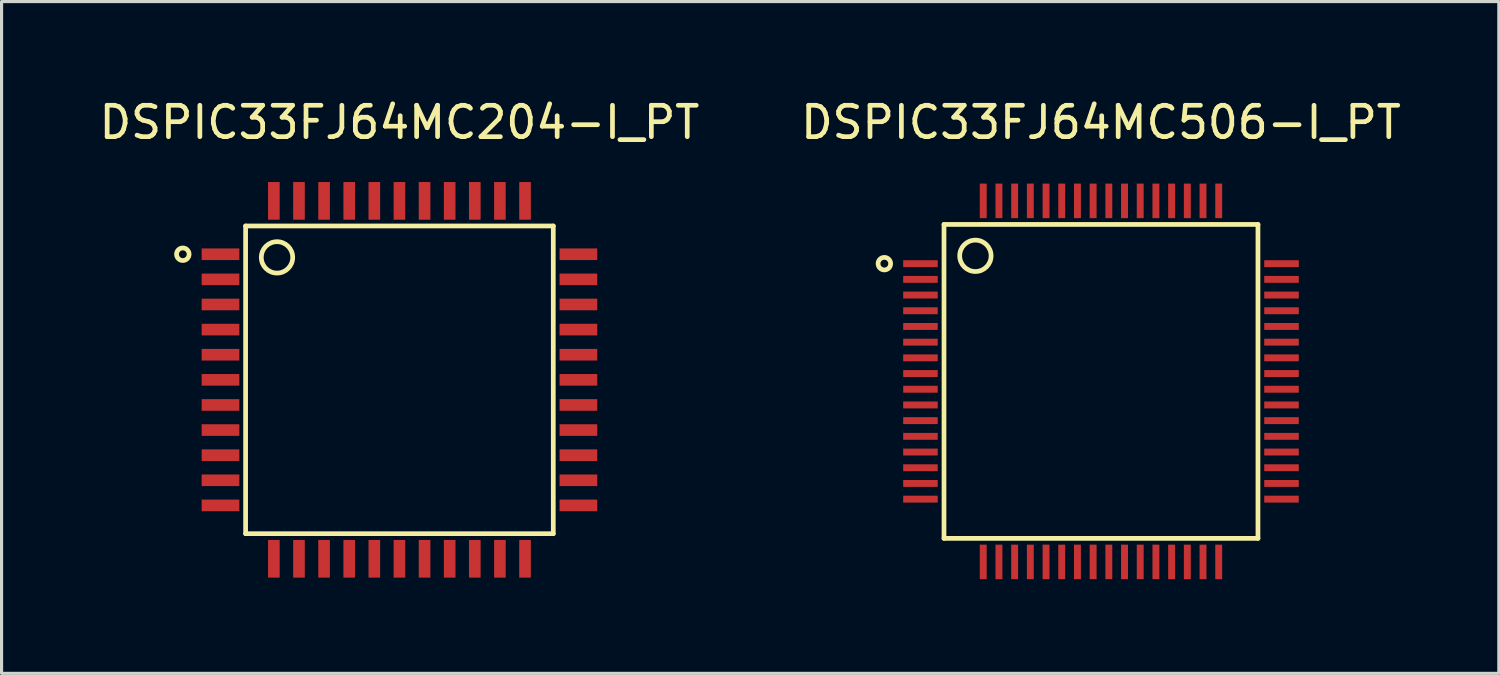
<source format=kicad_pcb>
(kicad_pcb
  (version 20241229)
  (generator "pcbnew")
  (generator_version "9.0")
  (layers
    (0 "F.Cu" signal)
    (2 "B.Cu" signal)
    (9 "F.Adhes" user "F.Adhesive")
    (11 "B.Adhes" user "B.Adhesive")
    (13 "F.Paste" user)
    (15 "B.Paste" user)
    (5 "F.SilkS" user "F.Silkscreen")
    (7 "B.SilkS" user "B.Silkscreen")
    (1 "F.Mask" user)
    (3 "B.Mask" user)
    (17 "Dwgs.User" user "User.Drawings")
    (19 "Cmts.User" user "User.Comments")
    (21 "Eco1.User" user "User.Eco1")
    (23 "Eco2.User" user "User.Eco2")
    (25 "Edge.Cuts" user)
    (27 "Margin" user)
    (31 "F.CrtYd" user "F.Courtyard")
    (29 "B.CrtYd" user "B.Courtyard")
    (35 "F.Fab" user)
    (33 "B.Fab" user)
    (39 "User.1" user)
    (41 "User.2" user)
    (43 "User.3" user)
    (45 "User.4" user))
  (footprint "DSPIC33FJ64MC506-I_PT"
    (layer "F.Cu")
    (at 26.268 3.348)
    (property "Reference" "DSPIC33FJ64MC506-I_PT" (at 5.75 -2.5 0) (layer "F.SilkS") (effects (font (size 1 1) (thickness 0.15))))
    (attr through_hole)
    (fp_line (start 0.75 0.75) (end 0.75 10.75) (stroke (width 0.15) (type solid)) (layer "F.SilkS"))
    (fp_line (start 0.75 0.75) (end 10.75 0.75) (stroke (width 0.15) (type solid)) (layer "F.SilkS"))
    (fp_line (start 0.75 10.75) (end 10.75 10.75) (stroke (width 0.15) (type solid)) (layer "F.SilkS"))
    (fp_line (start 10.75 10.75) (end 10.75 0.75) (stroke (width 0.15) (type solid)) (layer "F.SilkS"))
    (fp_circle (center -1.15 2) (end -1.15 1.8) (stroke (width 0.15) (type solid)) (fill no) (layer "F.SilkS"))
    (fp_circle (center 1.75 1.75) (end 1.75 1.25) (stroke (width 0.15) (type solid)) (fill no) (layer "F.SilkS"))
    (pad "1" smd rect (at 0 2) (size 1.1 0.22) (layers "F.Cu" "F.Mask" "F.Paste"))
    (pad "2" smd rect (at 0 2.5) (size 1.1 0.22) (layers "F.Cu" "F.Mask" "F.Paste"))
    (pad "3" smd rect (at 0 3) (size 1.1 0.22) (layers "F.Cu" "F.Mask" "F.Paste"))
    (pad "4" smd rect (at 0 3.5) (size 1.1 0.22) (layers "F.Cu" "F.Mask" "F.Paste"))
    (pad "5" smd rect (at 0 4) (size 1.1 0.22) (layers "F.Cu" "F.Mask" "F.Paste"))
    (pad "6" smd rect (at 0 4.5) (size 1.1 0.22) (layers "F.Cu" "F.Mask" "F.Paste"))
    (pad "7" smd rect (at 0 5) (size 1.1 0.22) (layers "F.Cu" "F.Mask" "F.Paste"))
    (pad "8" smd rect (at 0 5.5) (size 1.1 0.22) (layers "F.Cu" "F.Mask" "F.Paste"))
    (pad "9" smd rect (at 0 6) (size 1.1 0.22) (layers "F.Cu" "F.Mask" "F.Paste"))
    (pad "10" smd rect (at 0 6.5) (size 1.1 0.22) (layers "F.Cu" "F.Mask" "F.Paste"))
    (pad "11" smd rect (at 0 7) (size 1.1 0.22) (layers "F.Cu" "F.Mask" "F.Paste"))
    (pad "12" smd rect (at 0 7.5) (size 1.1 0.22) (layers "F.Cu" "F.Mask" "F.Paste"))
    (pad "13" smd rect (at 0 8) (size 1.1 0.22) (layers "F.Cu" "F.Mask" "F.Paste"))
    (pad "14" smd rect (at 0 8.5) (size 1.1 0.22) (layers "F.Cu" "F.Mask" "F.Paste"))
    (pad "15" smd rect (at 0 9) (size 1.1 0.22) (layers "F.Cu" "F.Mask" "F.Paste"))
    (pad "16" smd rect (at 0 9.5) (size 1.1 0.22) (layers "F.Cu" "F.Mask" "F.Paste"))
    (pad "17" smd rect (at 2 11.5) (size 0.22 1.1) (layers "F.Cu" "F.Mask" "F.Paste"))
    (pad "18" smd rect (at 2.5 11.5) (size 0.22 1.1) (layers "F.Cu" "F.Mask" "F.Paste"))
    (pad "19" smd rect (at 3 11.5) (size 0.22 1.1) (layers "F.Cu" "F.Mask" "F.Paste"))
    (pad "20" smd rect (at 3.5 11.5) (size 0.22 1.1) (layers "F.Cu" "F.Mask" "F.Paste"))
    (pad "21" smd rect (at 4 11.5) (size 0.22 1.1) (layers "F.Cu" "F.Mask" "F.Paste"))
    (pad "22" smd rect (at 4.5 11.5) (size 0.22 1.1) (layers "F.Cu" "F.Mask" "F.Paste"))
    (pad "23" smd rect (at 5 11.5) (size 0.22 1.1) (layers "F.Cu" "F.Mask" "F.Paste"))
    (pad "24" smd rect (at 5.5 11.5) (size 0.22 1.1) (layers "F.Cu" "F.Mask" "F.Paste"))
    (pad "25" smd rect (at 6 11.5) (size 0.22 1.1) (layers "F.Cu" "F.Mask" "F.Paste"))
    (pad "26" smd rect (at 6.5 11.5) (size 0.22 1.1) (layers "F.Cu" "F.Mask" "F.Paste"))
    (pad "27" smd rect (at 7 11.5) (size 0.22 1.1) (layers "F.Cu" "F.Mask" "F.Paste"))
    (pad "28" smd rect (at 7.5 11.5) (size 0.22 1.1) (layers "F.Cu" "F.Mask" "F.Paste"))
    (pad "29" smd rect (at 8 11.5) (size 0.22 1.1) (layers "F.Cu" "F.Mask" "F.Paste"))
    (pad "30" smd rect (at 8.5 11.5) (size 0.22 1.1) (layers "F.Cu" "F.Mask" "F.Paste"))
    (pad "31" smd rect (at 9 11.5) (size 0.22 1.1) (layers "F.Cu" "F.Mask" "F.Paste"))
    (pad "32" smd rect (at 9.5 11.5) (size 0.22 1.1) (layers "F.Cu" "F.Mask" "F.Paste"))
    (pad "33" smd rect (at 11.5 9.5) (size 1.1 0.22) (layers "F.Cu" "F.Mask" "F.Paste"))
    (pad "34" smd rect (at 11.5 9) (size 1.1 0.22) (layers "F.Cu" "F.Mask" "F.Paste"))
    (pad "35" smd rect (at 11.5 8.5) (size 1.1 0.22) (layers "F.Cu" "F.Mask" "F.Paste"))
    (pad "36" smd rect (at 11.5 8) (size 1.1 0.22) (layers "F.Cu" "F.Mask" "F.Paste"))
    (pad "37" smd rect (at 11.5 7.5) (size 1.1 0.22) (layers "F.Cu" "F.Mask" "F.Paste"))
    (pad "38" smd rect (at 11.5 7) (size 1.1 0.22) (layers "F.Cu" "F.Mask" "F.Paste"))
    (pad "39" smd rect (at 11.5 6.5) (size 1.1 0.22) (layers "F.Cu" "F.Mask" "F.Paste"))
    (pad "40" smd rect (at 11.5 6) (size 1.1 0.22) (layers "F.Cu" "F.Mask" "F.Paste"))
    (pad "41" smd rect (at 11.5 5.5) (size 1.1 0.22) (layers "F.Cu" "F.Mask" "F.Paste"))
    (pad "42" smd rect (at 11.5 5) (size 1.1 0.22) (layers "F.Cu" "F.Mask" "F.Paste"))
    (pad "43" smd rect (at 11.5 4.5) (size 1.1 0.22) (layers "F.Cu" "F.Mask" "F.Paste"))
    (pad "44" smd rect (at 11.5 4) (size 1.1 0.22) (layers "F.Cu" "F.Mask" "F.Paste"))
    (pad "45" smd rect (at 11.5 3.5) (size 1.1 0.22) (layers "F.Cu" "F.Mask" "F.Paste"))
    (pad "46" smd rect (at 11.5 3) (size 1.1 0.22) (layers "F.Cu" "F.Mask" "F.Paste"))
    (pad "47" smd rect (at 11.5 2.5) (size 1.1 0.22) (layers "F.Cu" "F.Mask" "F.Paste"))
    (pad "48" smd rect (at 11.5 2) (size 1.1 0.22) (layers "F.Cu" "F.Mask" "F.Paste"))
    (pad "49" smd rect (at 9.5 0) (size 0.22 1.1) (layers "F.Cu" "F.Mask" "F.Paste"))
    (pad "50" smd rect (at 9 0) (size 0.22 1.1) (layers "F.Cu" "F.Mask" "F.Paste"))
    (pad "51" smd rect (at 8.5 0) (size 0.22 1.1) (layers "F.Cu" "F.Mask" "F.Paste"))
    (pad "52" smd rect (at 8 0) (size 0.22 1.1) (layers "F.Cu" "F.Mask" "F.Paste"))
    (pad "53" smd rect (at 7.5 0) (size 0.22 1.1) (layers "F.Cu" "F.Mask" "F.Paste"))
    (pad "54" smd rect (at 7 0) (size 0.22 1.1) (layers "F.Cu" "F.Mask" "F.Paste"))
    (pad "55" smd rect (at 6.5 0) (size 0.22 1.1) (layers "F.Cu" "F.Mask" "F.Paste"))
    (pad "56" smd rect (at 6 0) (size 0.22 1.1) (layers "F.Cu" "F.Mask" "F.Paste"))
    (pad "57" smd rect (at 5.5 0) (size 0.22 1.1) (layers "F.Cu" "F.Mask" "F.Paste"))
    (pad "58" smd rect (at 5 0) (size 0.22 1.1) (layers "F.Cu" "F.Mask" "F.Paste"))
    (pad "59" smd rect (at 4.5 0) (size 0.22 1.1) (layers "F.Cu" "F.Mask" "F.Paste"))
    (pad "60" smd rect (at 4 0) (size 0.22 1.1) (layers "F.Cu" "F.Mask" "F.Paste"))
    (pad "61" smd rect (at 3.5 0) (size 0.22 1.1) (layers "F.Cu" "F.Mask" "F.Paste"))
    (pad "62" smd rect (at 3 0) (size 0.22 1.1) (layers "F.Cu" "F.Mask" "F.Paste"))
    (pad "63" smd rect (at 2.5 0) (size 0.22 1.1) (layers "F.Cu" "F.Mask" "F.Paste"))
    (pad "64" smd rect (at 2 0) (size 0.22 1.1) (layers "F.Cu" "F.Mask" "F.Paste")))
  (footprint "DSPIC33FJ64MC204-I_PT"
    (layer "F.Cu")
    (at 3.973 3.348)
    (property "Reference" "DSPIC33FJ64MC204-I_PT" (at 5.7 -2.5 0) (layer "F.SilkS") (effects (font (size 1 1) (thickness 0.15))))
    (attr through_hole)
    (fp_line (start 0.8 0.8) (end 0.8 10.6) (stroke (width 0.15) (type solid)) (layer "F.SilkS"))
    (fp_line (start 0.8 0.8) (end 10.6 0.8) (stroke (width 0.15) (type solid)) (layer "F.SilkS"))
    (fp_line (start 0.8 10.6) (end 10.6 10.6) (stroke (width 0.15) (type solid)) (layer "F.SilkS"))
    (fp_line (start 10.6 10.6) (end 10.6 0.8) (stroke (width 0.15) (type solid)) (layer "F.SilkS"))
    (fp_circle (center -1.2 1.7) (end -1.2 1.5) (stroke (width 0.15) (type solid)) (fill no) (layer "F.SilkS"))
    (fp_circle (center 1.8 1.8) (end 1.8 1.3) (stroke (width 0.15) (type solid)) (fill no) (layer "F.SilkS"))
    (pad "1" smd rect (at 0 1.7) (size 1.2 0.37) (layers "F.Cu" "F.Mask" "F.Paste"))
    (pad "2" smd rect (at 0 2.5) (size 1.2 0.37) (layers "F.Cu" "F.Mask" "F.Paste"))
    (pad "3" smd rect (at 0 3.3) (size 1.2 0.37) (layers "F.Cu" "F.Mask" "F.Paste"))
    (pad "4" smd rect (at 0 4.1) (size 1.2 0.37) (layers "F.Cu" "F.Mask" "F.Paste"))
    (pad "5" smd rect (at 0 4.9) (size 1.2 0.37) (layers "F.Cu" "F.Mask" "F.Paste"))
    (pad "6" smd rect (at 0 5.7) (size 1.2 0.37) (layers "F.Cu" "F.Mask" "F.Paste"))
    (pad "7" smd rect (at 0 6.5) (size 1.2 0.37) (layers "F.Cu" "F.Mask" "F.Paste"))
    (pad "8" smd rect (at 0 7.3) (size 1.2 0.37) (layers "F.Cu" "F.Mask" "F.Paste"))
    (pad "9" smd rect (at 0 8.1) (size 1.2 0.37) (layers "F.Cu" "F.Mask" "F.Paste"))
    (pad "10" smd rect (at 0 8.9) (size 1.2 0.37) (layers "F.Cu" "F.Mask" "F.Paste"))
    (pad "11" smd rect (at 0 9.7) (size 1.2 0.37) (layers "F.Cu" "F.Mask" "F.Paste"))
    (pad "12" smd rect (at 1.7 11.4) (size 0.37 1.2) (layers "F.Cu" "F.Mask" "F.Paste"))
    (pad "13" smd rect (at 2.5 11.4) (size 0.37 1.2) (layers "F.Cu" "F.Mask" "F.Paste"))
    (pad "14" smd rect (at 3.3 11.4) (size 0.37 1.2) (layers "F.Cu" "F.Mask" "F.Paste"))
    (pad "15" smd rect (at 4.1 11.4) (size 0.37 1.2) (layers "F.Cu" "F.Mask" "F.Paste"))
    (pad "16" smd rect (at 4.9 11.4) (size 0.37 1.2) (layers "F.Cu" "F.Mask" "F.Paste"))
    (pad "17" smd rect (at 5.7 11.4) (size 0.37 1.2) (layers "F.Cu" "F.Mask" "F.Paste"))
    (pad "18" smd rect (at 6.5 11.4) (size 0.37 1.2) (layers "F.Cu" "F.Mask" "F.Paste"))
    (pad "19" smd rect (at 7.3 11.4) (size 0.37 1.2) (layers "F.Cu" "F.Mask" "F.Paste"))
    (pad "20" smd rect (at 8.1 11.4) (size 0.37 1.2) (layers "F.Cu" "F.Mask" "F.Paste"))
    (pad "21" smd rect (at 8.9 11.4) (size 0.37 1.2) (layers "F.Cu" "F.Mask" "F.Paste"))
    (pad "22" smd rect (at 9.7 11.4) (size 0.37 1.2) (layers "F.Cu" "F.Mask" "F.Paste"))
    (pad "23" smd rect (at 11.4 9.7) (size 1.2 0.37) (layers "F.Cu" "F.Mask" "F.Paste"))
    (pad "24" smd rect (at 11.4 8.9) (size 1.2 0.37) (layers "F.Cu" "F.Mask" "F.Paste"))
    (pad "25" smd rect (at 11.4 8.1) (size 1.2 0.37) (layers "F.Cu" "F.Mask" "F.Paste"))
    (pad "26" smd rect (at 11.4 7.3) (size 1.2 0.37) (layers "F.Cu" "F.Mask" "F.Paste"))
    (pad "27" smd rect (at 11.4 6.5) (size 1.2 0.37) (layers "F.Cu" "F.Mask" "F.Paste"))
    (pad "28" smd rect (at 11.4 5.7) (size 1.2 0.37) (layers "F.Cu" "F.Mask" "F.Paste"))
    (pad "29" smd rect (at 11.4 4.9) (size 1.2 0.37) (layers "F.Cu" "F.Mask" "F.Paste"))
    (pad "30" smd rect (at 11.4 4.1) (size 1.2 0.37) (layers "F.Cu" "F.Mask" "F.Paste"))
    (pad "31" smd rect (at 11.4 3.3) (size 1.2 0.37) (layers "F.Cu" "F.Mask" "F.Paste"))
    (pad "32" smd rect (at 11.4 2.5) (size 1.2 0.37) (layers "F.Cu" "F.Mask" "F.Paste"))
    (pad "33" smd rect (at 11.4 1.7) (size 1.2 0.37) (layers "F.Cu" "F.Mask" "F.Paste"))
    (pad "34" smd rect (at 9.7 0) (size 0.37 1.2) (layers "F.Cu" "F.Mask" "F.Paste"))
    (pad "35" smd rect (at 8.9 0) (size 0.37 1.2) (layers "F.Cu" "F.Mask" "F.Paste"))
    (pad "36" smd rect (at 8.1 0) (size 0.37 1.2) (layers "F.Cu" "F.Mask" "F.Paste"))
    (pad "37" smd rect (at 7.3 0) (size 0.37 1.2) (layers "F.Cu" "F.Mask" "F.Paste"))
    (pad "38" smd rect (at 6.5 0) (size 0.37 1.2) (layers "F.Cu" "F.Mask" "F.Paste"))
    (pad "39" smd rect (at 5.7 0) (size 0.37 1.2) (layers "F.Cu" "F.Mask" "F.Paste"))
    (pad "40" smd rect (at 4.9 0) (size 0.37 1.2) (layers "F.Cu" "F.Mask" "F.Paste"))
    (pad "41" smd rect (at 4.1 0) (size 0.37 1.2) (layers "F.Cu" "F.Mask" "F.Paste"))
    (pad "42" smd rect (at 3.3 0) (size 0.37 1.2) (layers "F.Cu" "F.Mask" "F.Paste"))
    (pad "43" smd rect (at 2.5 0) (size 0.37 1.2) (layers "F.Cu" "F.Mask" "F.Paste"))
    (pad "44" smd rect (at 1.7 0) (size 0.37 1.2) (layers "F.Cu" "F.Mask" "F.Paste")))
  (gr_rect
    (start -3 -3)
    (end 44.69 18.398)
    (stroke (width 0.1) (type default))
    (fill no)
    (layer "Edge.Cuts")))
</source>
